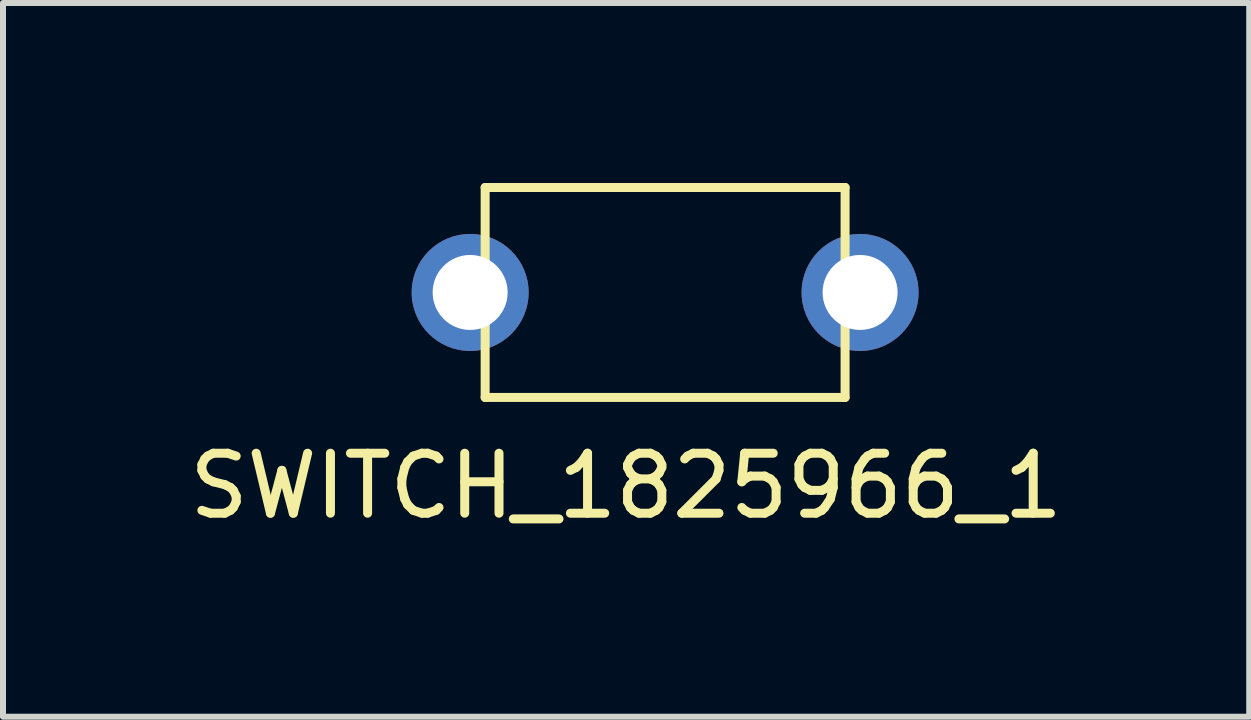
<source format=kicad_pcb>
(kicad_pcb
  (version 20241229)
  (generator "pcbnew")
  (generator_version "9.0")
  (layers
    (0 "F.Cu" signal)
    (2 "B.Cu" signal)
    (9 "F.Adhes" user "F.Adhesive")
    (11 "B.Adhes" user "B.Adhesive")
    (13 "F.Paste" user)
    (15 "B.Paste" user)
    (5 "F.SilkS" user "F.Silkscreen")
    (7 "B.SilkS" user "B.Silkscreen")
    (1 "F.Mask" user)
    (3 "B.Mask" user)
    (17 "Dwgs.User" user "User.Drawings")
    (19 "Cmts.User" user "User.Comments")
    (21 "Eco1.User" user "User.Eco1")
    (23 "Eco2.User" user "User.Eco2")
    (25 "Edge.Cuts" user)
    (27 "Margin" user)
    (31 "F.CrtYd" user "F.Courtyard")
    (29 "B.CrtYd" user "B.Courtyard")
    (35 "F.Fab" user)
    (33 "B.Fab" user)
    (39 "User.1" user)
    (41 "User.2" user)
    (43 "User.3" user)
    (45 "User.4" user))
  (footprint "SWITCH_1825966_1"
    (layer "F.Cu")
    (at 4.787 1.825)
    (property "Reference" "SWITCH_1825966_1" (at 2.6 3.225 0) (layer "F.SilkS") (effects (font (size 1 1) (thickness 0.15))))
    (attr through_hole)
    (fp_line (start 0.25 -1.75) (end 6.25 -1.75) (stroke (width 0.15) (type solid)) (layer "F.SilkS"))
    (fp_line (start 0.25 1.75) (end 0.25 -1.75) (stroke (width 0.15) (type solid)) (layer "F.SilkS"))
    (fp_line (start 6.25 -1.75) (end 6.25 1.75) (stroke (width 0.15) (type solid)) (layer "F.SilkS"))
    (fp_line (start 6.25 1.75) (end 0.25 1.75) (stroke (width 0.15) (type solid)) (layer "F.SilkS"))
    (pad "1" thru_hole circle (at 0 0) (size 1.95 1.95) (drill 1.25) (layers "*.Cu" "*.Mask"))
    (pad "2" thru_hole circle (at 6.5 0) (size 1.95 1.95) (drill 1.25) (layers "*.Cu" "*.Mask")))
  (gr_rect
    (start -3 -3)
    (end 17.774 8.898)
    (stroke (width 0.1) (type default))
    (fill no)
    (layer "Edge.Cuts")))
</source>
